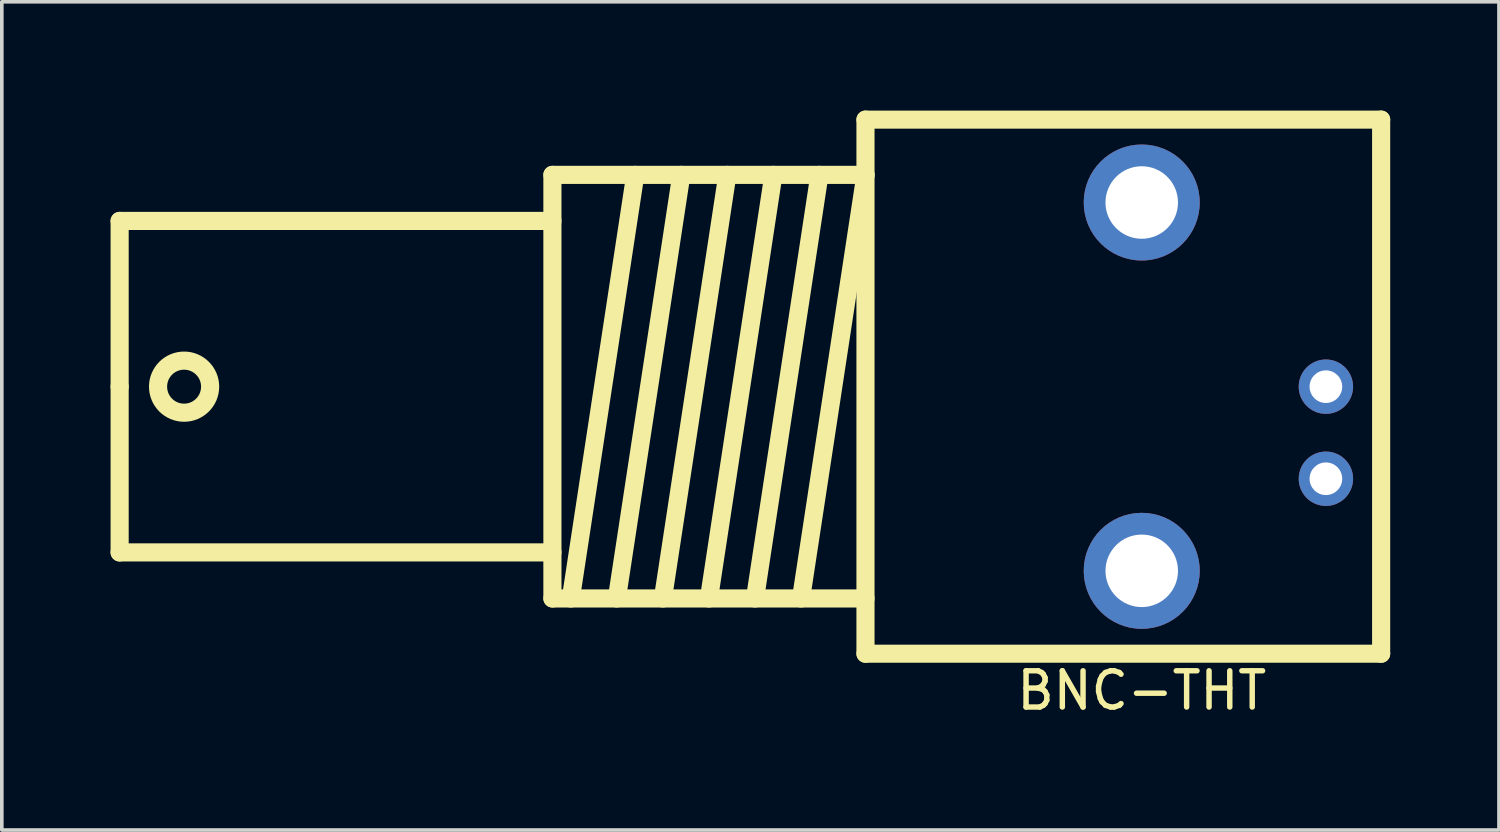
<source format=kicad_pcb>
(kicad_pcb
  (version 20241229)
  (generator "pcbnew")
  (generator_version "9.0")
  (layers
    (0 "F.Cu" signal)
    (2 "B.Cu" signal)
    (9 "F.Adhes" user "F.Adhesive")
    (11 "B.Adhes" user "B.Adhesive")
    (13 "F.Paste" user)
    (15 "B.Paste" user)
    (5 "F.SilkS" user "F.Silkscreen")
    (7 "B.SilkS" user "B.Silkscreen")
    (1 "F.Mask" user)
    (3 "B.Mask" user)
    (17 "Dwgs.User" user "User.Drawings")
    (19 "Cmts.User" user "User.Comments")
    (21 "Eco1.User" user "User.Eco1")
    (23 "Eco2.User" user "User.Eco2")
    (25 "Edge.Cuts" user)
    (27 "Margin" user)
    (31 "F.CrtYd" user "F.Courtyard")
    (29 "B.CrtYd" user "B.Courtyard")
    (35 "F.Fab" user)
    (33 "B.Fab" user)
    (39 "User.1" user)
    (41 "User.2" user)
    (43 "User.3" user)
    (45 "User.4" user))
  (footprint "BNC-THT"
    (layer "F.Cu")
    (at 28.444 7.616)
    (property "Reference" "BNC-THT" (at 0 8.382 0) (layer "F.SilkS") (effects (font (size 1 1) (thickness 0.15))))
    (attr through_hole)
    (fp_line (start -28.194 -4.572) (end -16.256 -4.572) (stroke (width 0.5) (type solid)) (layer "F.SilkS"))
    (fp_line (start -28.194 0) (end -28.194 -4.572) (stroke (width 0.5) (type solid)) (layer "F.SilkS"))
    (fp_line (start -28.194 0) (end -28.194 4.572) (stroke (width 0.5) (type solid)) (layer "F.SilkS"))
    (fp_line (start -28.194 4.572) (end -16.256 4.572) (stroke (width 0.5) (type solid)) (layer "F.SilkS"))
    (fp_line (start -16.256 -5.842) (end -7.62 -5.842) (stroke (width 0.5) (type solid)) (layer "F.SilkS"))
    (fp_line (start -16.256 5.842) (end -16.256 -5.842) (stroke (width 0.5) (type solid)) (layer "F.SilkS"))
    (fp_line (start -15.748 5.842) (end -13.97 -5.842) (stroke (width 0.5) (type solid)) (layer "F.SilkS"))
    (fp_line (start -14.478 5.842) (end -12.7 -5.842) (stroke (width 0.5) (type solid)) (layer "F.SilkS"))
    (fp_line (start -13.208 5.842) (end -11.43 -5.842) (stroke (width 0.5) (type solid)) (layer "F.SilkS"))
    (fp_line (start -11.938 5.842) (end -10.16 -5.842) (stroke (width 0.5) (type solid)) (layer "F.SilkS"))
    (fp_line (start -10.668 5.842) (end -8.89 -5.842) (stroke (width 0.5) (type solid)) (layer "F.SilkS"))
    (fp_line (start -9.398 5.842) (end -7.62 -5.842) (stroke (width 0.5) (type solid)) (layer "F.SilkS"))
    (fp_line (start -7.62 -7.366) (end -7.62 7.366) (stroke (width 0.5) (type solid)) (layer "F.SilkS"))
    (fp_line (start -7.62 5.842) (end -16.256 5.842) (stroke (width 0.5) (type solid)) (layer "F.SilkS"))
    (fp_line (start -7.62 7.366) (end 6.604 7.366) (stroke (width 0.5) (type solid)) (layer "F.SilkS"))
    (fp_line (start 6.604 -7.366) (end -7.62 -7.366) (stroke (width 0.5) (type solid)) (layer "F.SilkS"))
    (fp_line (start 6.604 7.366) (end 6.604 -7.366) (stroke (width 0.5) (type solid)) (layer "F.SilkS"))
    (fp_circle (center -26.416 0) (end -25.908 -0.508) (stroke (width 0.5) (type solid)) (fill no) (layer "F.SilkS"))
    (pad "1" thru_hole circle (at 5.08 0) (size 1.5 1.5) (drill 0.9) (layers "*.Cu" "*.Mask"))
    (pad "2" thru_hole circle (at 0 -5.08) (size 3.2 3.2) (drill 2) (layers "*.Cu" "*.Mask"))
    (pad "2" thru_hole circle (at 0 5.08) (size 3.2 3.2) (drill 2) (layers "*.Cu" "*.Mask"))
    (pad "2" thru_hole circle (at 5.08 2.54) (size 1.5 1.5) (drill 0.9) (layers "*.Cu" "*.Mask")))
  (gr_rect
    (start -3 -3)
    (end 38.298 19.846)
    (stroke (width 0.1) (type default))
    (fill no)
    (layer "Edge.Cuts")))
</source>
